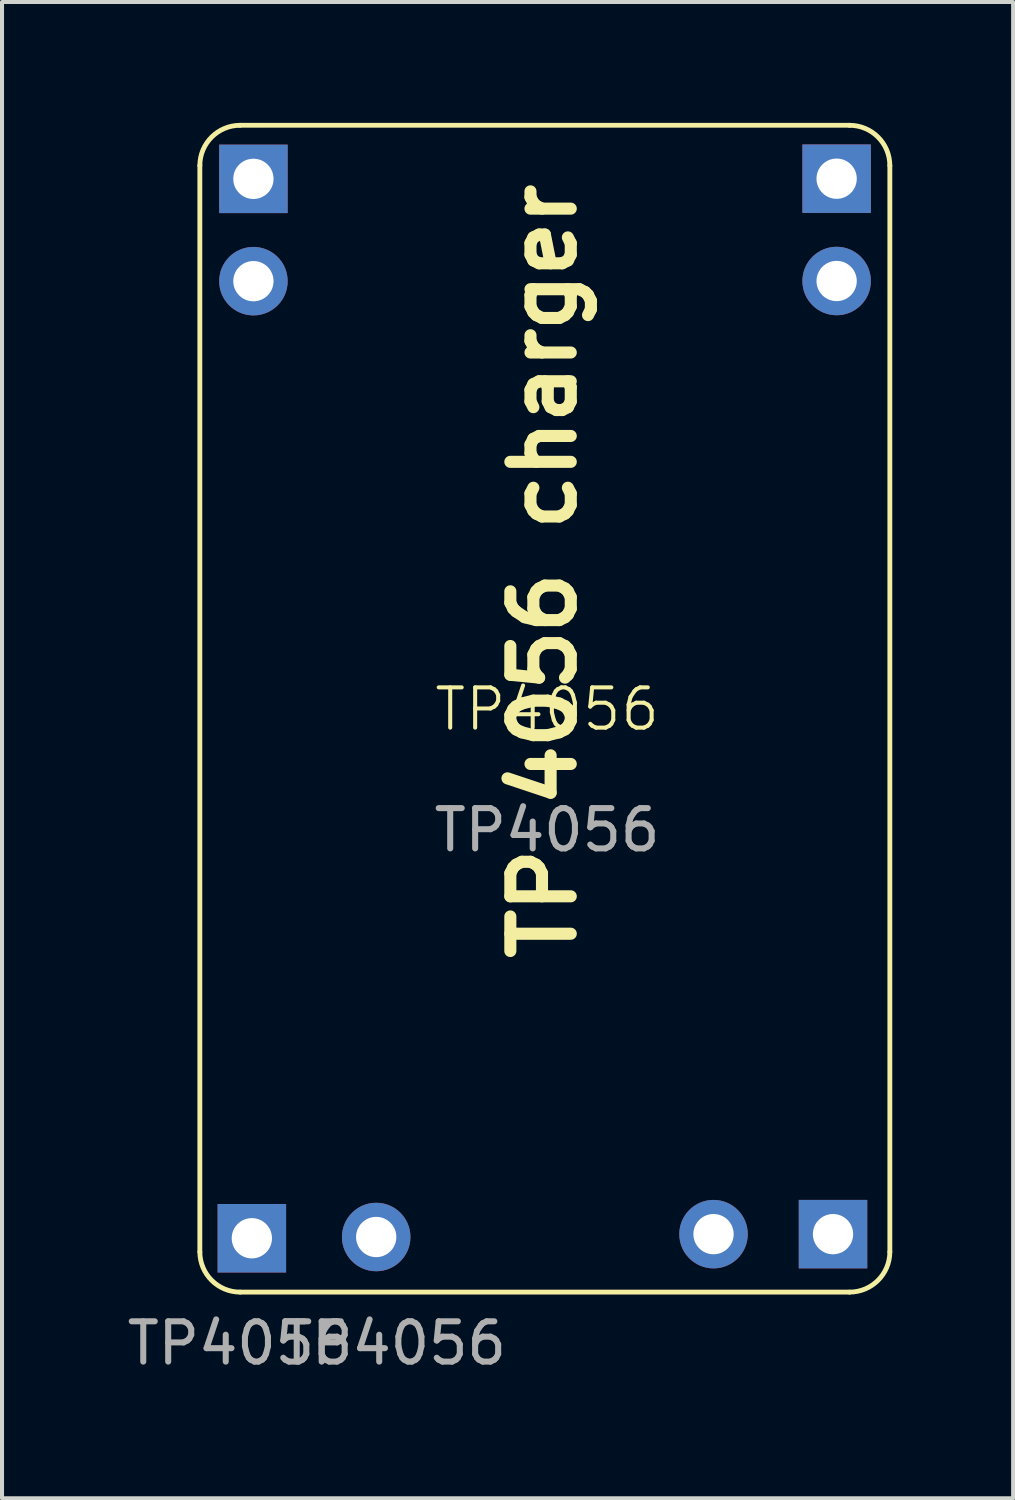
<source format=kicad_pcb>
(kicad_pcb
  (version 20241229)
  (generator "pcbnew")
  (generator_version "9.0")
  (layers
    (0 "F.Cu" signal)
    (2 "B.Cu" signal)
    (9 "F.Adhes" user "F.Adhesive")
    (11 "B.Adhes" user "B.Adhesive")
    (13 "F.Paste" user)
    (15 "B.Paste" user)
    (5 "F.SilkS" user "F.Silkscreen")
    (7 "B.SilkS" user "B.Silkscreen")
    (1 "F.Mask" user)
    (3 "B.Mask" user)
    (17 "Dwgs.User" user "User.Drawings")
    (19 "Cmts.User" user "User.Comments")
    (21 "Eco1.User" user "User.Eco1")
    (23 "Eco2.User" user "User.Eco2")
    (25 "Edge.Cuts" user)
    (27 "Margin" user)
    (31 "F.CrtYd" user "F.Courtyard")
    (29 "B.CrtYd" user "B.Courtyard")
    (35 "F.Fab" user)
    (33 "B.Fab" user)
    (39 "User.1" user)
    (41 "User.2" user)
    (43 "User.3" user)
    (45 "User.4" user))
  (footprint "TP4056"
    (layer "F.Cu")
    (at 10.531 15.056)
    (property "Reference" "TP4056" (at 0 -0.5 0) (unlocked yes) (layer "F.SilkS") (effects (font (size 1 1) (thickness 0.1))))
    (attr through_hole)
    (fp_line (start -8.62 12.97) (end -8.62 -13.996) (stroke (width 0.12) (type default)) (layer "F.SilkS"))
    (fp_line (start -7.62 -14.996) (end 7.509 -14.996) (stroke (width 0.12) (type default)) (layer "F.SilkS"))
    (fp_line (start 7.509 13.97) (end -7.62 13.97) (stroke (width 0.12) (type default)) (layer "F.SilkS"))
    (fp_line (start 8.509 -13.996) (end 8.509 12.97) (stroke (width 0.12) (type default)) (layer "F.SilkS"))
    (fp_arc (start -8.62 -13.9956) (mid -8.327107 -14.702707) (end -7.62 -14.9956) (stroke (width 0.12) (type default)) (layer "F.SilkS"))
    (fp_arc (start -7.62 13.97) (mid -8.327107 13.677107) (end -8.62 12.97) (stroke (width 0.12) (type default)) (layer "F.SilkS"))
    (fp_arc (start 7.5088 -14.9956) (mid 8.215907 -14.702707) (end 8.5088 -13.9956) (stroke (width 0.12) (type default)) (layer "F.SilkS"))
    (fp_arc (start 8.5088 12.97) (mid 8.215907 13.677107) (end 7.5088 13.97) (stroke (width 0.12) (type default)) (layer "F.SilkS"))
    (fp_text user "TP 4056 charger" (at 0.787 5.842 90) (unlocked yes) (layer "F.SilkS") (effects (font (size 1.5 1.5) (thickness 0.3) (bold yes)) (justify left bottom)))
    (fp_text user "${REFERENCE}" (at -3.81 15.24 180) (layer "F.Fab") (effects (font (size 1 1) (thickness 0.15))))
    (fp_text user "${REFERENCE}" (at 0 2.5 0) (unlocked yes) (layer "F.Fab") (effects (font (size 1 1) (thickness 0.15))))
    (fp_text user "${REFERENCE}" (at -7.62 15.24 180) (layer "F.Fab") (effects (font (size 1 1) (thickness 0.15))))
    (pad "" thru_hole rect (at -7.29 -13.666) (size 1.7 1.7) (drill 1) (layers "*.Cu" "*.Mask"))
    (pad "" thru_hole rect (at 7.188 -13.67) (size 1.7 1.7) (drill 1) (layers "*.Cu" "*.Mask"))
    (pad "1" thru_hole rect (at -7.329 12.633 90) (size 1.7 1.7) (drill 1) (layers "*.Cu" "*.Mask"))
    (pad "2" thru_hole oval (at -4.242 12.602 90) (size 1.7 1.7) (drill 1) (layers "*.Cu" "*.Mask"))
    (pad "3" thru_hole oval (at 4.132 12.531 270) (size 1.7 1.7) (drill 1) (layers "*.Cu" "*.Mask"))
    (pad "4" thru_hole rect (at 7.098 12.531 270) (size 1.7 1.7) (drill 1) (layers "*.Cu" "*.Mask"))
    (pad "5" thru_hole oval (at -7.29 -11.126) (size 1.7 1.7) (drill 1) (layers "*.Cu" "*.Mask"))
    (pad "6" thru_hole oval (at 7.188 -11.13) (size 1.7 1.7) (drill 1) (layers "*.Cu" "*.Mask")))
  (gr_rect
    (start -3 -3)
    (end 22.1 34.144)
    (stroke (width 0.1) (type default))
    (fill no)
    (layer "Edge.Cuts")))
</source>
